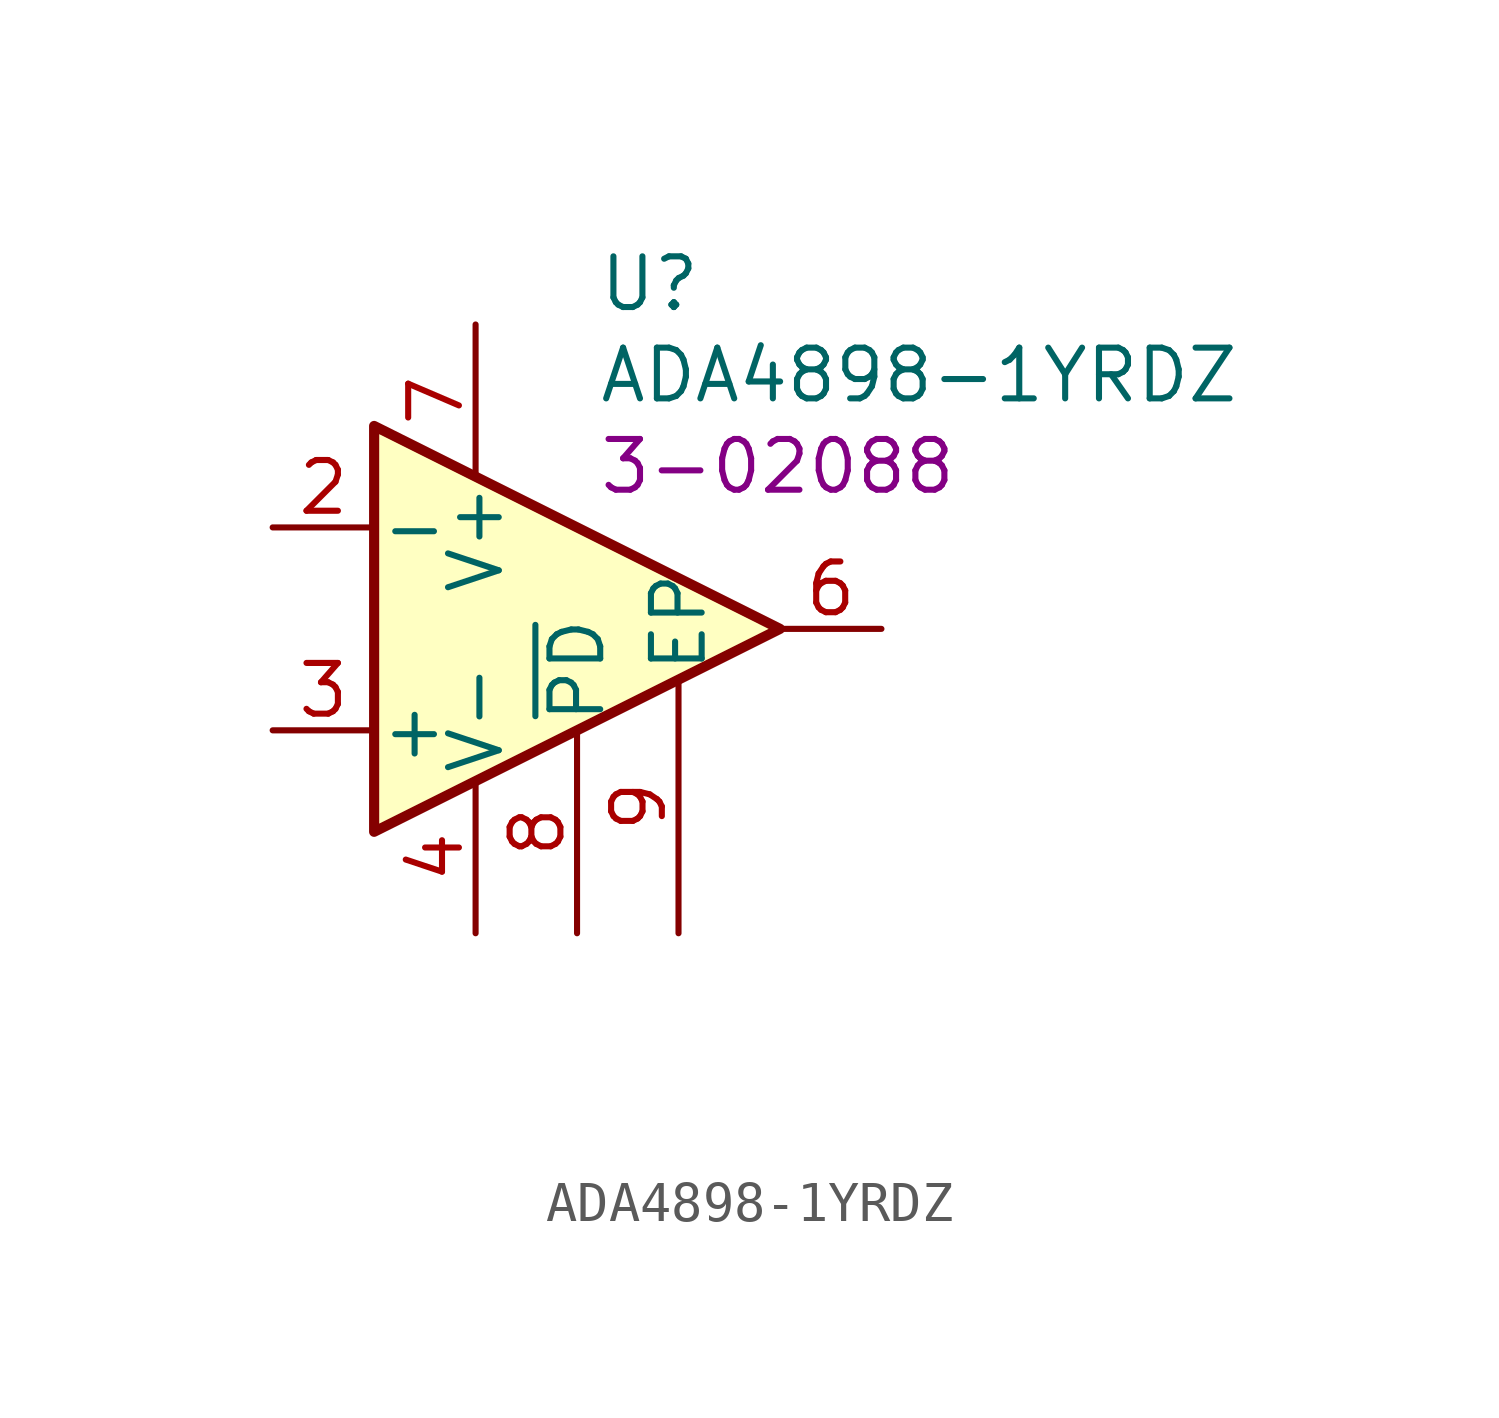
<source format=kicad_sym>
(kicad_symbol_lib
  (version 20231120)
  (generator "kicad_symbol_editor")
  (generator_version "8.0")
  (symbol "ADA4898-1YRDZ"
    (pin_names
      (offset 0.127))
    (property "Reference" "U"
      (at 0.508 8.636 0)
      (do_not_autoplace)
      (effects (font (size 1.27 1.27)) (justify left)))
    (property "Value" "ADA4898-1YRDZ"
      (at 0.508 6.35 0)
      (do_not_autoplace)
      (effects (font (size 1.27 1.27)) (justify left)))
    (property "SRS" "3-02088"
      (at 0.508 4.064 0)
      (do_not_autoplace)
      (effects (font (size 1.27 1.27)) (justify left)))
    (symbol "ADA4898-1YRDZ_1_1"
      (polyline (pts (xy -5.08 5.08) (xy 5.08 0) (xy -5.08 -5.08) (xy -5.08 5.08)) (stroke (width 0.254) (type default)) (fill (type background)))
      (pin no_connect line (at 10.16 -7.62 180) (length 2.54) hide (name "" (effects (font (size 1.27 1.27)))) (number "1" (effects (font (size 1.27 1.27)))))
      (pin input line (at -7.62 2.54 0) (length 2.54) (name "-" (effects (font (size 1.27 1.27)))) (number "2" (effects (font (size 1.27 1.27)))))
      (pin input line (at -7.62 -2.54 0) (length 2.54) (name "+" (effects (font (size 1.27 1.27)))) (number "3" (effects (font (size 1.27 1.27)))))
      (pin power_in line (at -2.54 -7.62 90) (length 3.81) (name "V-" (effects (font (size 1.27 1.27)))) (number "4" (effects (font (size 1.27 1.27)))))
      (pin no_connect line (at 10.16 -11.43 180) (length 2.54) hide (name "" (effects (font (size 1.27 1.27)))) (number "5" (effects (font (size 1.27 1.27)))))
      (pin output line (at 7.62 0 180) (length 2.54) (name "~" (effects (font (size 1.27 1.27)))) (number "6" (effects (font (size 1.27 1.27)))))
      (pin power_in line (at -2.54 7.62 270) (length 3.81) (name "V+" (effects (font (size 1.27 1.27)))) (number "7" (effects (font (size 1.27 1.27)))))
      (pin input line (at 0 -7.62 90) (length 5.08) (name "~{PD}" (effects (font (size 1.27 1.27)))) (number "8" (effects (font (size 1.27 1.27)))))
      (pin passive line (at 2.54 -7.62 90) (length 6.35) (name "EP" (effects (font (size 1.27 1.27)))) (number "9" (effects (font (size 1.27 1.27))))))))
</source>
